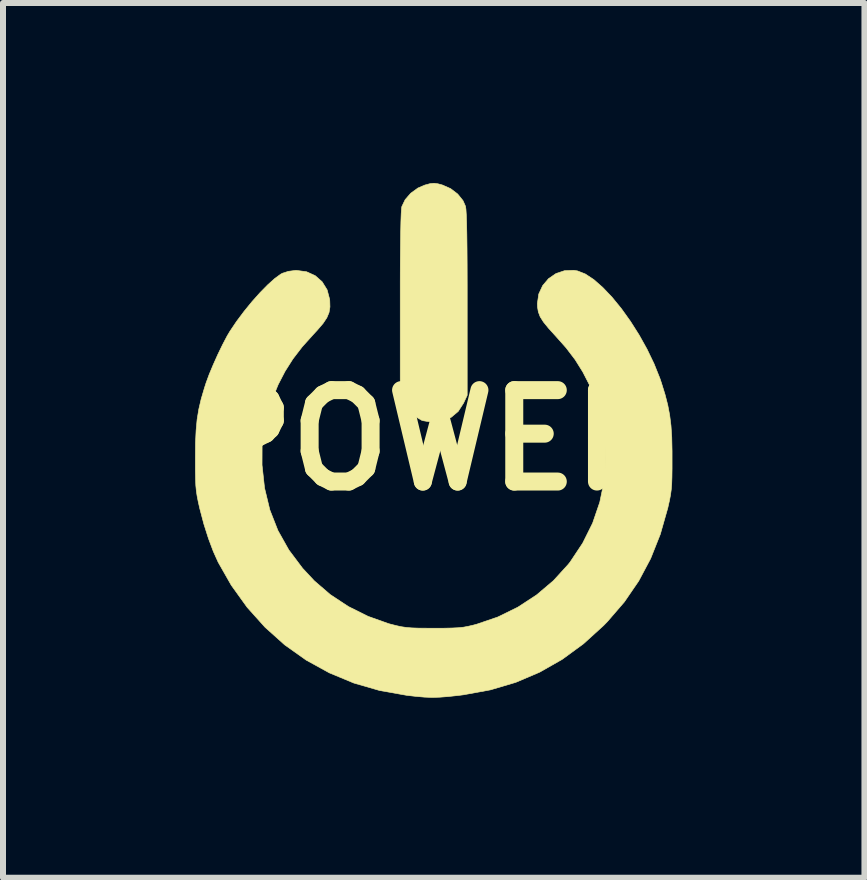
<source format=kicad_pcb>
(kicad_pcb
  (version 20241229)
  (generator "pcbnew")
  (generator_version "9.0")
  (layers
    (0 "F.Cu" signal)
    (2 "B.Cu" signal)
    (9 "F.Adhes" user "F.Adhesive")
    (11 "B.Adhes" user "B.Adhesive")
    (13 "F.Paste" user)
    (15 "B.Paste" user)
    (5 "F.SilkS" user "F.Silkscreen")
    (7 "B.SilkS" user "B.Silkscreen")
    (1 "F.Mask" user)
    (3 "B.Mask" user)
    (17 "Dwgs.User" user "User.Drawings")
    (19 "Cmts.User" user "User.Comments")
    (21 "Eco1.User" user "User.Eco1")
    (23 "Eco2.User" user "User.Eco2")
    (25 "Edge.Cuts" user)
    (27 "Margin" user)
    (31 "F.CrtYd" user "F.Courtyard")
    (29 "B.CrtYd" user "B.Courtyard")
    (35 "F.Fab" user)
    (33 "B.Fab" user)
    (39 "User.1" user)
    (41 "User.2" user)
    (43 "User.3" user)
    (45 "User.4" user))
  (footprint "POWER"
    (layer "F.Cu")
    (at 4.18 4.288)
    (property "Reference" "POWER" (at 0 0 0) (layer "F.SilkS") (effects (font (size 1.524 1.524) (thickness 0.3))))
    (attr through_hole)
    (fp_poly (pts (xy 0.072 -4.274) (xy 0.145 -4.254) (xy 0.281 -4.194) (xy 0.399 -4.104) (xy 0.488 -3.994) (xy 0.53 -3.899) (xy 0.537 -3.85) (xy 0.543 -3.757) (xy 0.548 -3.619) (xy 0.552 -3.434) (xy 0.555 -3.201) (xy 0.557 -2.921) (xy 0.558 -2.591) (xy 0.558 -2.273) (xy 0.558 -0.749) (xy 0.498 -0.62) (xy 0.408 -0.48) (xy 0.287 -0.379) (xy 0.139 -0.321) (xy -0.009 -0.306) (xy -0.099 -0.312) (xy -0.177 -0.325) (xy -0.202 -0.333) (xy -0.334 -0.411) (xy -0.443 -0.526) (xy -0.498 -0.619) (xy -0.558 -0.749) (xy -0.558 -2.273) (xy -0.558 -2.636) (xy -0.557 -2.956) (xy -0.554 -3.231) (xy -0.551 -3.46) (xy -0.547 -3.643) (xy -0.542 -3.777) (xy -0.536 -3.863) (xy -0.532 -3.894) (xy -0.476 -4.01) (xy -0.383 -4.117) (xy -0.263 -4.204) (xy -0.146 -4.254) (xy -0.059 -4.277) (xy 0.006 -4.283) (xy 0.072 -4.274)) (stroke (width 0.01) (type solid)) (fill yes) (layer "F.SilkS"))
    (fp_poly (pts (xy 2.397 -2.822) (xy 2.527 -2.771) (xy 2.669 -2.677) (xy 2.819 -2.545) (xy 2.974 -2.382) (xy 3.129 -2.192) (xy 3.28 -1.981) (xy 3.424 -1.754) (xy 3.556 -1.517) (xy 3.673 -1.274) (xy 3.77 -1.032) (xy 3.796 -0.955) (xy 3.856 -0.762) (xy 3.901 -0.587) (xy 3.933 -0.419) (xy 3.955 -0.243) (xy 3.968 -0.048) (xy 3.973 0.179) (xy 3.973 0.292) (xy 3.973 0.475) (xy 3.971 0.619) (xy 3.967 0.732) (xy 3.959 0.827) (xy 3.947 0.914) (xy 3.93 1.004) (xy 3.907 1.106) (xy 3.902 1.129) (xy 3.777 1.568) (xy 3.616 1.973) (xy 3.417 2.347) (xy 3.178 2.696) (xy 2.896 3.023) (xy 2.833 3.088) (xy 2.495 3.395) (xy 2.139 3.655) (xy 1.764 3.868) (xy 1.367 4.037) (xy 0.945 4.162) (xy 0.496 4.244) (xy 0.419 4.254) (xy 0.243 4.273) (xy 0.1 4.284) (xy -0.027 4.288) (xy -0.155 4.283) (xy -0.301 4.27) (xy -0.449 4.253) (xy -0.9 4.173) (xy -1.332 4.048) (xy -1.741 3.878) (xy -2.126 3.666) (xy -2.484 3.412) (xy -2.812 3.118) (xy -3.11 2.786) (xy -3.375 2.417) (xy -3.593 2.034) (xy -3.674 1.854) (xy -3.755 1.638) (xy -3.831 1.4) (xy -3.896 1.154) (xy -3.902 1.13) (xy -3.926 1.023) (xy -3.944 0.932) (xy -3.957 0.845) (xy -3.966 0.753) (xy -3.97 0.644) (xy -3.973 0.507) (xy -3.973 0.333) (xy -3.973 0.292) (xy -3.971 0.045) (xy -3.961 -0.163) (xy -3.944 -0.347) (xy -3.916 -0.517) (xy -3.876 -0.688) (xy -3.822 -0.871) (xy -3.795 -0.955) (xy -3.744 -1.094) (xy -3.676 -1.257) (xy -3.599 -1.429) (xy -3.519 -1.594) (xy -3.444 -1.737) (xy -3.397 -1.816) (xy -3.286 -1.981) (xy -3.161 -2.148) (xy -3.028 -2.311) (xy -2.894 -2.461) (xy -2.765 -2.592) (xy -2.648 -2.697) (xy -2.55 -2.768) (xy -2.522 -2.783) (xy -2.423 -2.815) (xy -2.305 -2.83) (xy -2.284 -2.83) (xy -2.12 -2.808) (xy -1.976 -2.743) (xy -1.86 -2.641) (xy -1.777 -2.507) (xy -1.735 -2.348) (xy -1.733 -2.326) (xy -1.73 -2.221) (xy -1.745 -2.129) (xy -1.782 -2.041) (xy -1.846 -1.945) (xy -1.943 -1.832) (xy -2.004 -1.766) (xy -2.193 -1.556) (xy -2.348 -1.354) (xy -2.479 -1.147) (xy -2.593 -0.927) (xy -2.729 -0.594) (xy -2.817 -0.262) (xy -2.861 0.078) (xy -2.862 0.414) (xy -2.82 0.798) (xy -2.732 1.162) (xy -2.597 1.506) (xy -2.415 1.83) (xy -2.186 2.135) (xy -1.991 2.344) (xy -1.724 2.574) (xy -1.422 2.773) (xy -1.095 2.936) (xy -0.752 3.058) (xy -0.718 3.067) (xy -0.624 3.091) (xy -0.542 3.109) (xy -0.46 3.121) (xy -0.367 3.129) (xy -0.252 3.133) (xy -0.104 3.134) (xy 0 3.134) (xy 0.172 3.134) (xy 0.305 3.131) (xy 0.409 3.126) (xy 0.496 3.117) (xy 0.576 3.102) (xy 0.662 3.082) (xy 0.718 3.067) (xy 1.069 2.947) (xy 1.403 2.783) (xy 1.715 2.579) (xy 1.996 2.341) (xy 2.242 2.071) (xy 2.273 2.032) (xy 2.483 1.716) (xy 2.649 1.382) (xy 2.768 1.034) (xy 2.842 0.676) (xy 2.869 0.313) (xy 2.849 -0.051) (xy 2.781 -0.412) (xy 2.665 -0.765) (xy 2.602 -0.91) (xy 2.485 -1.138) (xy 2.357 -1.343) (xy 2.206 -1.541) (xy 2.028 -1.741) (xy 1.913 -1.868) (xy 1.83 -1.97) (xy 1.775 -2.057) (xy 1.744 -2.138) (xy 1.73 -2.221) (xy 1.728 -2.279) (xy 1.751 -2.437) (xy 1.816 -2.577) (xy 1.914 -2.693) (xy 2.038 -2.778) (xy 2.181 -2.826) (xy 2.335 -2.832) (xy 2.397 -2.822)) (stroke (width 0.01) (type solid)) (fill yes) (layer "F.SilkS")))
  (gr_rect
    (start -3 -3)
    (end 11.36 11.581)
    (stroke (width 0.1) (type default))
    (fill no)
    (layer "Edge.Cuts")))
</source>
